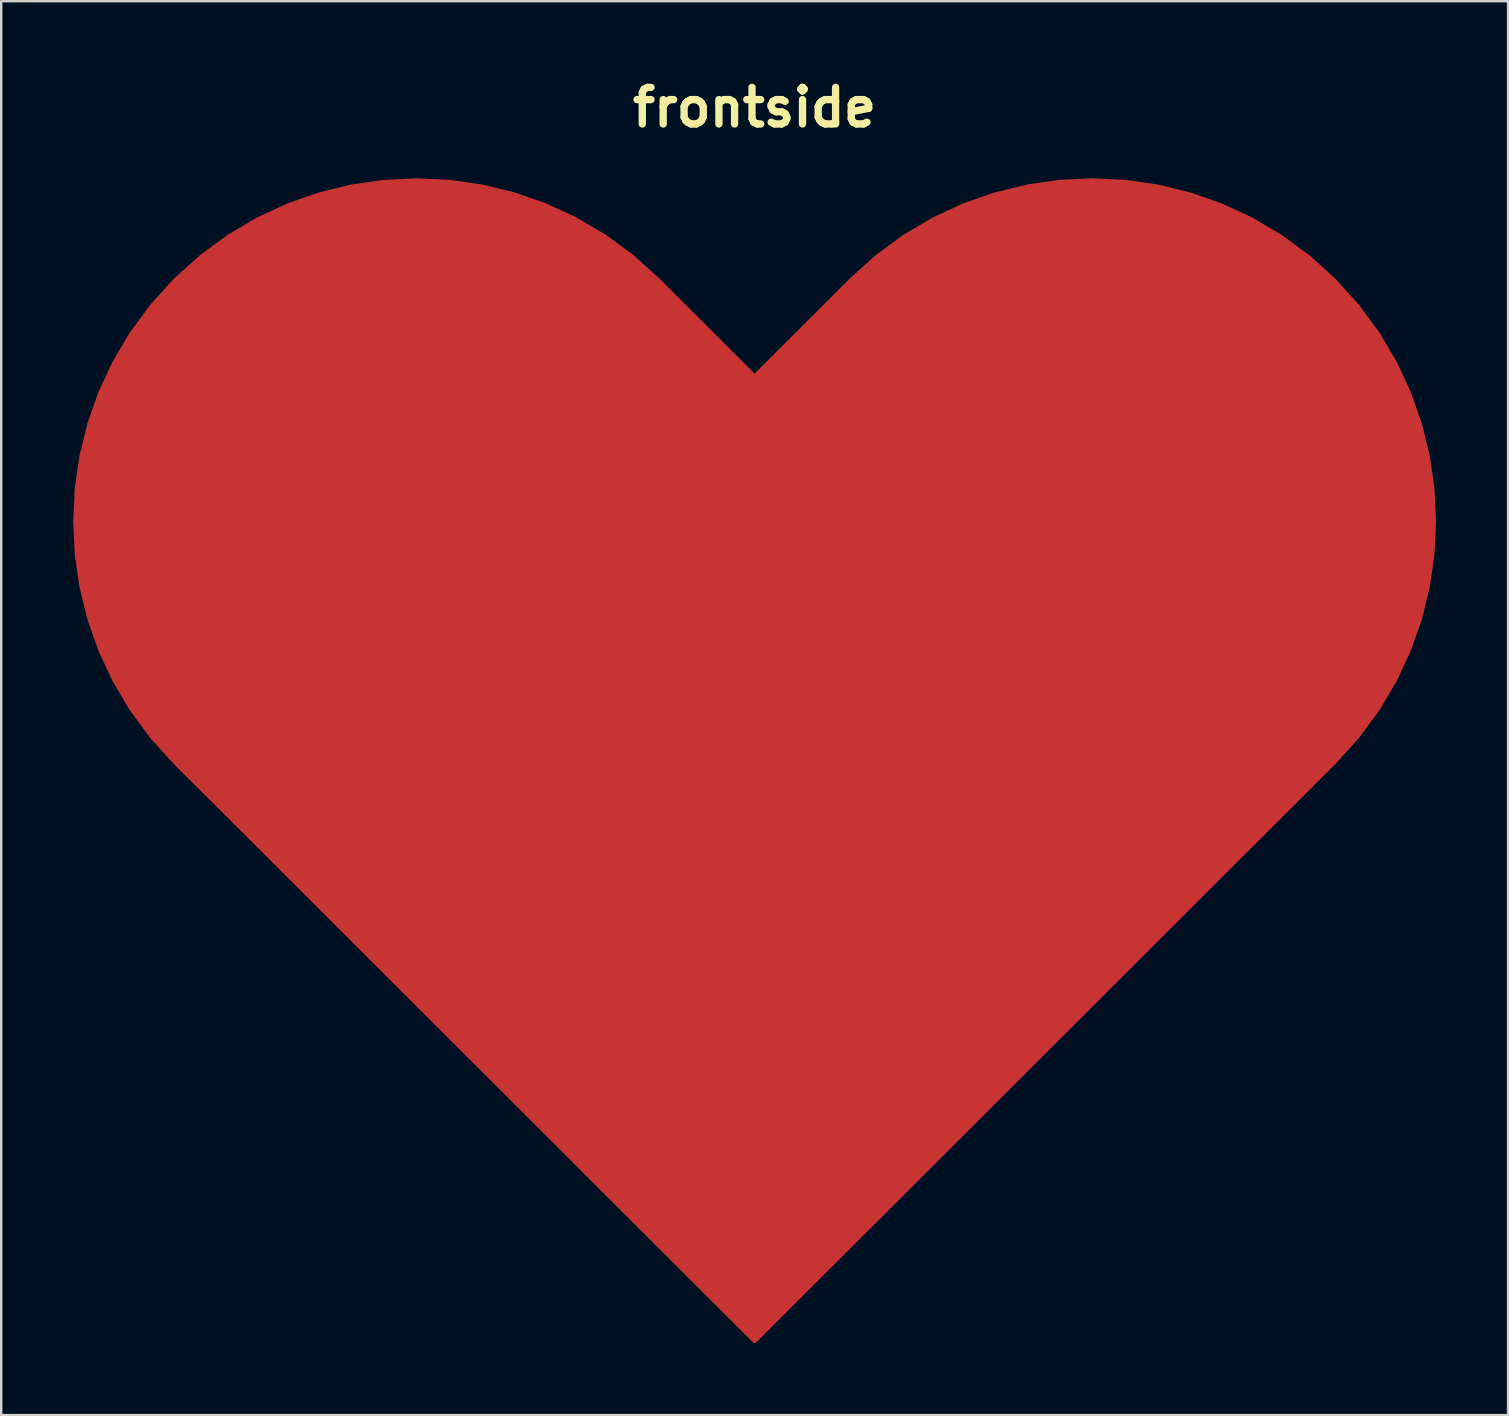
<source format=kicad_pcb>
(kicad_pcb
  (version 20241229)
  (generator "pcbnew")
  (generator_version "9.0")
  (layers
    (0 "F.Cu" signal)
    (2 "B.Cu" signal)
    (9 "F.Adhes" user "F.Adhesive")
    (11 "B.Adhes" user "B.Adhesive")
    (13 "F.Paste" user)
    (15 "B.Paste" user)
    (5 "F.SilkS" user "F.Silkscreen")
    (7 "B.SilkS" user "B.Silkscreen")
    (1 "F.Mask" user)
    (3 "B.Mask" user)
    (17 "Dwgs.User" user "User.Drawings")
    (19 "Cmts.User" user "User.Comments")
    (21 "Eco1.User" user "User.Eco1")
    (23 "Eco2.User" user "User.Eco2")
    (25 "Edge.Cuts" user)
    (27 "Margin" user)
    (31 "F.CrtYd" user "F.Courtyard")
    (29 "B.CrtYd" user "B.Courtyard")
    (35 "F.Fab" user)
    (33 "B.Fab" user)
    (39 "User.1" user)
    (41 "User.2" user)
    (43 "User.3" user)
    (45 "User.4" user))
  (footprint "frontside"
    (layer "F.Cu")
    (at 28.4 28.653)
    (property "Reference" "frontside" (at 0 -27.226 0) (layer "F.SilkS") (effects (font (size 1.524 1.524) (thickness 0.305))))
    (attr smd)
    (fp_poly (pts (xy -14.082 -24.178) (xy -15.445 -24.113) (xy -16.799 -23.918) (xy -18.132 -23.593) (xy -19.434 -23.138) (xy -20.697 -22.553) (xy -21.908 -21.838) (xy -23.059 -20.993) (xy -24.14 -20.018) (xy -25.116 -18.939) (xy -25.962 -17.79) (xy -26.678 -16.58) (xy -27.264 -15.319) (xy -27.72 -14.018) (xy -28.046 -12.687) (xy -28.241 -11.336) (xy -28.306 -9.975) (xy -28.241 -8.613) (xy -28.046 -7.262) (xy -27.721 -5.93) (xy -27.266 -4.63) (xy -26.68 -3.369) (xy -25.964 -2.159) (xy -25.118 -1.009) (xy -24.142 0.07) (xy -0.000263 24.178) (xy 24.142 0.07) (xy 25.118 -1.009) (xy 25.964 -2.159) (xy 26.68 -3.369) (xy 27.266 -4.63) (xy 27.721 -5.93) (xy 28.046 -7.262) (xy 28.241 -8.613) (xy 28.306 -9.975) (xy 28.24 -11.336) (xy 28.045 -12.687) (xy 27.72 -14.018) (xy 27.264 -15.319) (xy 26.678 -16.58) (xy 25.962 -17.79) (xy 25.116 -18.939) (xy 24.139 -20.018) (xy 23.059 -20.993) (xy 21.908 -21.838) (xy 20.696 -22.553) (xy 19.434 -23.138) (xy 18.131 -23.593) (xy 16.799 -23.918) (xy 15.445 -24.113) (xy 14.082 -24.178) (xy 12.719 -24.114) (xy 11.366 -23.919) (xy 10.032 -23.594) (xy 8.729 -23.14) (xy 7.467 -22.555) (xy 6.255 -21.84) (xy 5.104 -20.995) (xy 4.024 -20.02) (xy -0.000263 -16.002) (xy -4.024 -20.02) (xy -5.104 -20.995) (xy -6.255 -21.84) (xy -7.467 -22.555) (xy -8.729 -23.14) (xy -10.032 -23.594) (xy -11.366 -23.919) (xy -12.719 -24.114) (xy -14.082 -24.178)) (stroke (width 0.189) (type solid)) (fill yes) (layer "F.Cu"))
    (fp_poly (pts (xy -1.856 -9.917) (xy -1.657 -9.662) (xy -1.898 -8.581) (xy -2.133 -7.395) (xy -2.217 -6.378) (xy -2.158 -5.469) (xy -2.147 -5.344) (xy -2.241 -5.106) (xy -2.441 -5.006) (xy -2.646 -5.189) (xy -2.702 -5.779) (xy -2.48 -8.079) (xy -2.125 -9.684) (xy -1.856 -9.917) (xy -1.856 -9.917)) (stroke (width 0.133) (type solid)) (fill yes) (layer "F.Mask"))
    (fp_poly (pts (xy -0.388 -5.086) (xy -0.656 -5.702) (xy -0.343 -5.524) (xy 0.485 -5.976) (xy 0.901 -6.985) (xy 0.74 -7.536) (xy 0.314 -7.75) (xy -0.454 -7.201) (xy -0.773 -6.159) (xy -0.656 -5.702) (xy -0.388 -5.086) (xy -1.014 -5.375) (xy -1.26 -6.087) (xy -0.781 -7.495) (xy 0.372 -8.19) (xy 1.09 -7.849) (xy 1.367 -7.037) (xy 0.796 -5.702) (xy -0.388 -5.086)) (stroke (width 0.133) (type solid)) (fill yes) (layer "F.Mask"))
    (fp_poly (pts (xy 5.521 2.008) (xy 5.252 1.393) (xy 5.565 1.57) (xy 6.394 1.118) (xy 6.809 0.11) (xy 6.649 -0.442) (xy 6.222 -0.655) (xy 5.454 -0.106) (xy 5.136 0.935) (xy 5.252 1.393) (xy 5.521 2.008) (xy 4.894 1.72) (xy 4.648 1.008) (xy 5.127 -0.4) (xy 6.28 -1.096) (xy 6.998 -0.755) (xy 7.275 0.057) (xy 6.704 1.393) (xy 5.521 2.008)) (stroke (width 0.133) (type solid)) (fill yes) (layer "F.Mask"))
    (fp_poly (pts (xy -5.772 -8.897) (xy -5.958 -8.124) (xy -6.063 -7.597) (xy -6.105 -7.284) (xy -6.215 -6.314) (xy -6.168 -5.546) (xy -6.246 -5.231) (xy -6.457 -5.134) (xy -6.664 -5.3) (xy -6.723 -5.843) (xy -6.612 -6.924) (xy -6.567 -7.237) (xy -6.545 -7.431) (xy -6.523 -7.625) (xy -6.423 -8.298) (xy -6.335 -8.85) (xy -6.29 -9.074) (xy -6.163 -9.202) (xy -6.005 -9.271) (xy -5.83 -9.157) (xy -5.772 -8.897) (xy -5.772 -8.897)) (stroke (width 0.133) (type solid)) (fill yes) (layer "F.Mask"))
    (fp_poly (pts (xy 2.55 -5.192) (xy 2.314 -6.023) (xy 1.857 -7.763) (xy 2.118 -8.154) (xy 2.373 -7.805) (xy 2.389 -7.364) (xy 2.522 -6.802) (xy 2.772 -6.045) (xy 2.871 -5.765) (xy 3.021 -6.009) (xy 3.797 -7.273) (xy 4.271 -7.919) (xy 4.54 -8.16) (xy 4.714 -8.201) (xy 4.883 -8.124) (xy 4.947 -7.946) (xy 4.72 -7.664) (xy 4.091 -6.94) (xy 3.193 -5.463) (xy 2.813 -5.009) (xy 2.55 -5.192) (xy 2.55 -5.192)) (stroke (width 0.133) (type solid)) (fill yes) (layer "F.Mask"))
    (fp_poly (pts (xy 7.494 -6.164) (xy 6.992 -5.483) (xy 5.961 -5.084) (xy 5.271 -5.347) (xy 5.568 -6.597) (xy 6.743 -7.719) (xy 6.593 -7.885) (xy 6.017 -7.511) (xy 5.568 -6.597) (xy 5.271 -5.347) (xy 5.03 -6.081) (xy 5.565 -7.589) (xy 6.735 -8.304) (xy 7.073 -8.168) (xy 7.206 -7.841) (xy 6.787 -7.023) (xy 5.668 -6.256) (xy 5.524 -6.062) (xy 5.657 -5.693) (xy 6.05 -5.555) (xy 7.267 -6.214) (xy 7.405 -6.306) (xy 7.494 -6.164)) (stroke (width 0.133) (type solid)) (fill yes) (layer "F.Mask"))
    (fp_poly (pts (xy -4.702 0.891) (xy -5.6 1.537) (xy -6.191 1.736) (xy -6.612 1.509) (xy -6.756 0.974) (xy -6.584 -0.079) (xy -6.326 -0.824) (xy -6.055 -0.943) (xy -5.927 -0.852) (xy -5.877 -0.644) (xy -5.941 -0.464) (xy -6.099 -0.176) (xy -6.204 0.16) (xy -6.304 0.733) (xy -6.26 1.027) (xy -6.069 1.226) (xy -5.694 1.135) (xy -5.19 0.83) (xy -4.813 0.489) (xy -4.677 0.193) (xy -4.619 -0.528) (xy -4.35 -1.082) (xy -4.156 -1.002) (xy -4.112 -0.702) (xy -4.137 -0.245) (xy -4.176 0.248) (xy -4.375 1.781) (xy -4.838 3.064) (xy -5.678 3.582) (xy -6.645 3.297) (xy -7.066 2.817) (xy -7.025 2.637) (xy -6.914 2.548) (xy -6.842 2.601) (xy -5.7 3.158) (xy -5.027 2.451) (xy -4.725 1.129) (xy -4.702 0.891)) (stroke (width 0.133) (type solid)) (fill yes) (layer "F.Mask"))
    (fp_poly (pts (xy -10.489 -0.323) (xy -11.592 1.204) (xy -11.924 1.764) (xy -12.099 1.844) (xy -12.307 1.88) (xy -12.492 1.157) (xy -12.318 -0.317) (xy -12.246 -0.935) (xy -12.082 -1.118) (xy -11.775 -0.675) (xy -11.877 0.14) (xy -11.999 0.983) (xy -11.495 0.254) (xy -10.802 -0.722) (xy -10.339 -0.93) (xy -10.054 -0.688) (xy -9.923 0.462) (xy -9.882 0.8) (xy -9.829 0.911) (xy -9.264 0.024) (xy -8.812 -0.688) (xy -8.322 -0.932) (xy -7.995 -0.7) (xy -7.848 -0.015) (xy -7.72 0.827) (xy -7.399 1.318) (xy -7.241 1.493) (xy -7.374 1.692) (xy -7.618 1.795) (xy -8.014 1.523) (xy -8.277 0.348) (xy -8.352 -0.167) (xy -8.466 -0.32) (xy -8.743 -0.098) (xy -9.255 0.802) (xy -9.677 1.509) (xy -9.951 1.684) (xy -10.164 1.59) (xy -10.284 1.359) (xy -10.336 0.697) (xy -10.489 -0.323)) (stroke (width 0.133) (type solid)) (fill yes) (layer "F.Mask"))
    (fp_poly (pts (xy 0.973 -0.323) (xy -0.13 1.204) (xy -0.462 1.764) (xy -0.637 1.844) (xy -0.845 1.88) (xy -1.03 1.157) (xy -0.856 -0.317) (xy -0.784 -0.935) (xy -0.62 -1.118) (xy -0.313 -0.675) (xy -0.415 0.14) (xy -0.537 0.983) (xy -0.033 0.254) (xy 0.66 -0.722) (xy 1.123 -0.93) (xy 1.408 -0.688) (xy 1.538 0.462) (xy 1.58 0.8) (xy 1.633 0.911) (xy 2.198 0.024) (xy 2.65 -0.688) (xy 3.14 -0.932) (xy 3.467 -0.7) (xy 3.614 -0.015) (xy 3.742 0.827) (xy 4.063 1.318) (xy 4.221 1.493) (xy 4.088 1.692) (xy 3.844 1.795) (xy 3.448 1.523) (xy 3.185 0.348) (xy 3.11 -0.167) (xy 2.996 -0.32) (xy 2.719 -0.098) (xy 2.206 0.802) (xy 1.785 1.509) (xy 1.511 1.684) (xy 1.297 1.59) (xy 1.178 1.359) (xy 1.126 0.697) (xy 0.973 -0.323)) (stroke (width 0.133) (type solid)) (fill yes) (layer "F.Mask"))
    (fp_poly (pts (xy 10.018 -0.323) (xy 8.915 1.204) (xy 8.583 1.764) (xy 8.408 1.844) (xy 8.201 1.88) (xy 8.015 1.157) (xy 8.189 -0.317) (xy 8.261 -0.935) (xy 8.425 -1.118) (xy 8.733 -0.675) (xy 8.63 0.14) (xy 8.508 0.983) (xy 9.012 0.254) (xy 9.705 -0.722) (xy 10.168 -0.93) (xy 10.454 -0.688) (xy 10.584 0.462) (xy 10.625 0.8) (xy 10.678 0.911) (xy 11.243 0.024) (xy 11.695 -0.688) (xy 12.186 -0.932) (xy 12.513 -0.7) (xy 12.659 -0.015) (xy 12.787 0.827) (xy 13.108 1.318) (xy 13.266 1.493) (xy 13.133 1.692) (xy 12.889 1.795) (xy 12.493 1.523) (xy 12.23 0.348) (xy 12.155 -0.167) (xy 12.041 -0.32) (xy 11.764 -0.098) (xy 11.252 0.802) (xy 10.83 1.509) (xy 10.556 1.684) (xy 10.343 1.59) (xy 10.224 1.359) (xy 10.171 0.697) (xy 10.018 -0.323)) (stroke (width 0.133) (type solid)) (fill yes) (layer "F.Mask"))
    (fp_poly (pts (xy -13.075 -22.447) (xy -13.075 -21.699) (xy -11.88 -21.642) (xy -10.694 -21.471) (xy -9.526 -21.187) (xy -8.386 -20.789) (xy -7.281 -20.278) (xy -6.22 -19.651) (xy -5.212 -18.912) (xy -4.25 -18.045) (xy -0.529 -14.328) (xy -0.281 -14.164) (xy -0.00019 -14.109) (xy 0.281 -14.164) (xy 0.528 -14.328) (xy 4.25 -18.045) (xy 5.212 -18.912) (xy 6.22 -19.651) (xy 7.281 -20.278) (xy 8.386 -20.789) (xy 9.527 -21.187) (xy 10.695 -21.471) (xy 11.88 -21.642) (xy 13.074 -21.699) (xy 14.269 -21.642) (xy 15.455 -21.471) (xy 16.622 -21.187) (xy 17.763 -20.788) (xy 18.867 -20.276) (xy 19.929 -19.65) (xy 20.936 -18.909) (xy 21.883 -18.054) (xy 22.74 -17.109) (xy 23.481 -16.103) (xy 24.107 -15.043) (xy 24.62 -13.94) (xy 25.019 -12.801) (xy 25.304 -11.636) (xy 25.475 -10.452) (xy 25.532 -9.26) (xy 25.476 -8.067) (xy 25.305 -6.883) (xy 25.02 -5.717) (xy 24.621 -4.579) (xy 24.109 -3.475) (xy 23.482 -2.416) (xy 22.741 -1.409) (xy 21.873 -0.449) (xy -0.000446 21.394) (xy -21.873 -0.449) (xy -22.742 -1.409) (xy -23.482 -2.416) (xy -24.109 -3.476) (xy -24.621 -4.579) (xy -25.02 -5.717) (xy -25.305 -6.883) (xy -25.475 -8.067) (xy -25.532 -9.26) (xy -25.475 -10.452) (xy -25.305 -11.636) (xy -25.019 -12.801) (xy -24.62 -13.94) (xy -24.108 -15.043) (xy -23.481 -16.103) (xy -22.739 -17.109) (xy -21.884 -18.054) (xy -20.937 -18.909) (xy -19.929 -19.65) (xy -18.869 -20.276) (xy -17.763 -20.788) (xy -16.623 -21.187) (xy -15.455 -21.471) (xy -14.269 -21.642) (xy -13.075 -21.699) (xy -13.075 -22.447) (xy -14.341 -22.387) (xy -15.597 -22.206) (xy -16.835 -21.904) (xy -18.044 -21.481) (xy -19.216 -20.938) (xy -20.341 -20.274) (xy -21.409 -19.49) (xy -22.413 -18.584) (xy -23.319 -17.583) (xy -24.105 -16.516) (xy -24.769 -15.392) (xy -25.314 -14.222) (xy -25.737 -13.014) (xy -26.039 -11.778) (xy -26.221 -10.524) (xy -26.281 -9.26) (xy -26.221 -7.996) (xy -26.04 -6.74) (xy -25.737 -5.505) (xy -25.315 -4.297) (xy -24.771 -3.127) (xy -24.107 -2.003) (xy -23.321 -0.936) (xy -22.415 0.066) (xy -0.000446 22.45) (xy 22.415 0.066) (xy 23.321 -0.936) (xy 24.107 -2.003) (xy 24.771 -3.126) (xy 25.315 -4.297) (xy 25.738 -5.505) (xy 26.04 -6.74) (xy 26.221 -7.996) (xy 26.281 -9.26) (xy 26.22 -10.523) (xy 26.039 -11.778) (xy 25.736 -13.014) (xy 25.313 -14.222) (xy 24.769 -15.392) (xy 24.105 -16.516) (xy 23.319 -17.583) (xy 22.412 -18.584) (xy 21.409 -19.49) (xy 20.34 -20.274) (xy 19.215 -20.938) (xy 18.044 -21.481) (xy 16.834 -21.904) (xy 15.597 -22.206) (xy 14.34 -22.387) (xy 13.074 -22.447) (xy 11.809 -22.388) (xy 10.552 -22.207) (xy 9.315 -21.905) (xy 8.105 -21.483) (xy 6.933 -20.94) (xy 5.808 -20.276) (xy 4.739 -19.492) (xy 3.736 -18.587) (xy -0.000446 -14.856) (xy -3.736 -18.587) (xy -4.739 -19.492) (xy -5.808 -20.276) (xy -6.933 -20.94) (xy -8.105 -21.483) (xy -9.315 -21.905) (xy -10.552 -22.207) (xy -11.809 -22.388) (xy -13.075 -22.447)) (stroke (width 0.177) (type solid)) (fill yes) (layer "F.Mask"))
    (fp_poly (pts (xy -11.6 -19.913) (xy -11.6 -19.249) (xy -10.54 -19.199) (xy -9.488 -19.047) (xy -8.452 -18.795) (xy -7.44 -18.442) (xy -6.46 -17.988) (xy -5.518 -17.432) (xy -4.624 -16.776) (xy -3.771 -16.007) (xy -0.469 -12.709) (xy -0.25 -12.564) (xy -0.000162 -12.515) (xy 0.249 -12.564) (xy 0.469 -12.709) (xy 3.771 -16.007) (xy 4.624 -16.776) (xy 5.518 -17.432) (xy 6.46 -17.988) (xy 7.44 -18.442) (xy 8.452 -18.795) (xy 9.488 -19.047) (xy 10.54 -19.199) (xy 11.599 -19.249) (xy 12.659 -19.198) (xy 13.712 -19.047) (xy 14.747 -18.795) (xy 15.759 -18.441) (xy 16.739 -17.986) (xy 17.681 -17.431) (xy 18.575 -16.774) (xy 19.415 -16.016) (xy 20.175 -15.177) (xy 20.832 -14.284) (xy 21.388 -13.344) (xy 21.843 -12.365) (xy 22.197 -11.355) (xy 22.45 -10.321) (xy 22.601 -9.271) (xy 22.652 -8.213) (xy 22.602 -7.155) (xy 22.451 -6.104) (xy 22.198 -5.07) (xy 21.844 -4.06) (xy 21.389 -3.081) (xy 20.834 -2.141) (xy 20.176 -1.248) (xy 19.406 -0.396) (xy -0.000387 18.983) (xy -19.406 -0.396) (xy -20.176 -1.248) (xy -20.833 -2.141) (xy -21.389 -3.081) (xy -21.844 -4.06) (xy -22.198 -5.07) (xy -22.45 -6.104) (xy -22.602 -7.155) (xy -22.652 -8.213) (xy -22.602 -9.271) (xy -22.45 -10.321) (xy -22.197 -11.355) (xy -21.843 -12.365) (xy -21.388 -13.344) (xy -20.832 -14.284) (xy -20.174 -15.177) (xy -19.415 -16.016) (xy -18.575 -16.774) (xy -17.681 -17.431) (xy -16.74 -17.986) (xy -15.759 -18.441) (xy -14.748 -18.795) (xy -13.712 -19.047) (xy -12.659 -19.198) (xy -11.6 -19.249) (xy -11.6 -19.913) (xy -12.723 -19.86) (xy -13.838 -19.699) (xy -14.936 -19.431) (xy -16.008 -19.056) (xy -17.049 -18.574) (xy -18.047 -17.985) (xy -18.995 -17.289) (xy -19.884 -16.486) (xy -20.689 -15.597) (xy -21.386 -14.65) (xy -21.976 -13.654) (xy -22.458 -12.615) (xy -22.834 -11.544) (xy -23.102 -10.448) (xy -23.263 -9.334) (xy -23.317 -8.213) (xy -23.263 -7.092) (xy -23.102 -5.978) (xy -22.834 -4.882) (xy -22.46 -3.81) (xy -21.977 -2.772) (xy -21.388 -1.775) (xy -20.69 -0.828) (xy -19.887 0.061) (xy -0.000387 19.92) (xy 19.887 0.061) (xy 20.691 -0.828) (xy 21.387 -1.775) (xy 21.977 -2.771) (xy 22.459 -3.81) (xy 22.834 -4.882) (xy 23.103 -5.978) (xy 23.263 -7.092) (xy 23.317 -8.213) (xy 23.263 -9.334) (xy 23.102 -10.448) (xy 22.833 -11.544) (xy 22.458 -12.615) (xy 21.975 -13.654) (xy 21.386 -14.65) (xy 20.689 -15.597) (xy 19.884 -16.486) (xy 18.994 -17.289) (xy 18.046 -17.985) (xy 17.048 -18.574) (xy 16.009 -19.056) (xy 14.935 -19.431) (xy 13.838 -19.699) (xy 12.723 -19.86) (xy 11.599 -19.913) (xy 10.477 -19.86) (xy 9.362 -19.7) (xy 8.264 -19.432) (xy 7.191 -19.057) (xy 6.151 -18.576) (xy 5.153 -17.987) (xy 4.205 -17.291) (xy 3.314 -16.488) (xy -0.000387 -13.178) (xy -3.314 -16.488) (xy -4.205 -17.291) (xy -5.153 -17.987) (xy -6.151 -18.576) (xy -7.191 -19.057) (xy -8.264 -19.432) (xy -9.362 -19.7) (xy -10.477 -19.86) (xy -11.6 -19.913)) (stroke (width 0.148) (type solid)) (fill yes) (layer "F.Mask"))
    (fp_poly (pts (xy -10.197 -17.502) (xy -10.197 -16.919) (xy -9.265 -16.875) (xy -8.341 -16.741) (xy -7.43 -16.52) (xy -6.54 -16.209) (xy -5.679 -15.81) (xy -4.851 -15.321) (xy -4.065 -14.745) (xy -3.315 -14.069) (xy -0.412 -11.17) (xy -0.219 -11.042) (xy -0.000133 -10.999) (xy 0.219 -11.042) (xy 0.412 -11.17) (xy 3.315 -14.069) (xy 4.065 -14.745) (xy 4.851 -15.321) (xy 5.678 -15.81) (xy 6.54 -16.209) (xy 7.43 -16.52) (xy 8.341 -16.741) (xy 9.265 -16.875) (xy 10.197 -16.919) (xy 11.128 -16.874) (xy 12.053 -16.741) (xy 12.964 -16.519) (xy 13.853 -16.208) (xy 14.715 -15.809) (xy 15.542 -15.321) (xy 16.328 -14.743) (xy 17.067 -14.076) (xy 17.735 -13.339) (xy 18.313 -12.554) (xy 18.801 -11.728) (xy 19.201 -10.868) (xy 19.513 -9.979) (xy 19.735 -9.07) (xy 19.868 -8.147) (xy 19.913 -7.217) (xy 19.868 -6.287) (xy 19.735 -5.364) (xy 19.513 -4.455) (xy 19.202 -3.567) (xy 18.802 -2.706) (xy 18.314 -1.88) (xy 17.736 -1.095) (xy 17.059 -0.346) (xy -0.000331 16.689) (xy -17.059 -0.346) (xy -17.736 -1.095) (xy -18.314 -1.88) (xy -18.802 -2.706) (xy -19.202 -3.567) (xy -19.513 -4.455) (xy -19.735 -5.364) (xy -19.868 -6.287) (xy -19.913 -7.217) (xy -19.868 -8.147) (xy -19.735 -9.07) (xy -19.512 -9.979) (xy -19.201 -10.868) (xy -18.801 -11.728) (xy -18.313 -12.554) (xy -17.734 -13.339) (xy -17.067 -14.076) (xy -16.329 -14.743) (xy -15.543 -15.321) (xy -14.716 -15.809) (xy -13.853 -16.208) (xy -12.964 -16.519) (xy -12.053 -16.741) (xy -11.128 -16.874) (xy -10.197 -16.919) (xy -10.197 -17.502) (xy -11.184 -17.455) (xy -12.164 -17.314) (xy -13.129 -17.079) (xy -14.072 -16.749) (xy -14.987 -16.325) (xy -15.864 -15.807) (xy -16.697 -15.196) (xy -17.48 -14.49) (xy -18.186 -13.708) (xy -18.799 -12.876) (xy -19.318 -12) (xy -19.742 -11.087) (xy -20.072 -10.145) (xy -20.308 -9.182) (xy -20.449 -8.203) (xy -20.497 -7.217) (xy -20.449 -6.231) (xy -20.308 -5.253) (xy -20.073 -4.289) (xy -19.743 -3.347) (xy -19.319 -2.434) (xy -18.801 -1.558) (xy -18.188 -0.725) (xy -17.482 0.056) (xy -0.000331 17.513) (xy 17.482 0.056) (xy 18.188 -0.725) (xy 18.801 -1.558) (xy 19.319 -2.434) (xy 19.743 -3.347) (xy 20.073 -4.289) (xy 20.309 -5.253) (xy 20.45 -6.231) (xy 20.497 -7.217) (xy 20.449 -8.203) (xy 20.308 -9.182) (xy 20.072 -10.145) (xy 19.742 -11.087) (xy 19.318 -12) (xy 18.8 -12.876) (xy 18.187 -13.708) (xy 17.479 -14.49) (xy 16.697 -15.196) (xy 15.864 -15.807) (xy 14.986 -16.325) (xy 14.073 -16.749) (xy 13.129 -17.079) (xy 12.164 -17.314) (xy 11.184 -17.455) (xy 10.197 -17.502) (xy 9.21 -17.456) (xy 8.23 -17.315) (xy 7.265 -17.079) (xy 6.321 -16.75) (xy 5.407 -16.327) (xy 4.53 -15.809) (xy 3.696 -15.198) (xy 2.914 -14.492) (xy -0.000331 -11.582) (xy -2.913 -14.492) (xy -3.696 -15.198) (xy -4.53 -15.809) (xy -5.407 -16.327) (xy -6.321 -16.75) (xy -7.264 -17.079) (xy -8.23 -17.315) (xy -9.21 -17.456) (xy -10.197 -17.502)) (stroke (width 0.13) (type solid)) (fill yes) (layer "F.Mask")))
  (gr_rect
    (start -3 -3)
    (end 59.8 55.926)
    (stroke (width 0.1) (type default))
    (fill no)
    (layer "Edge.Cuts")))
</source>
